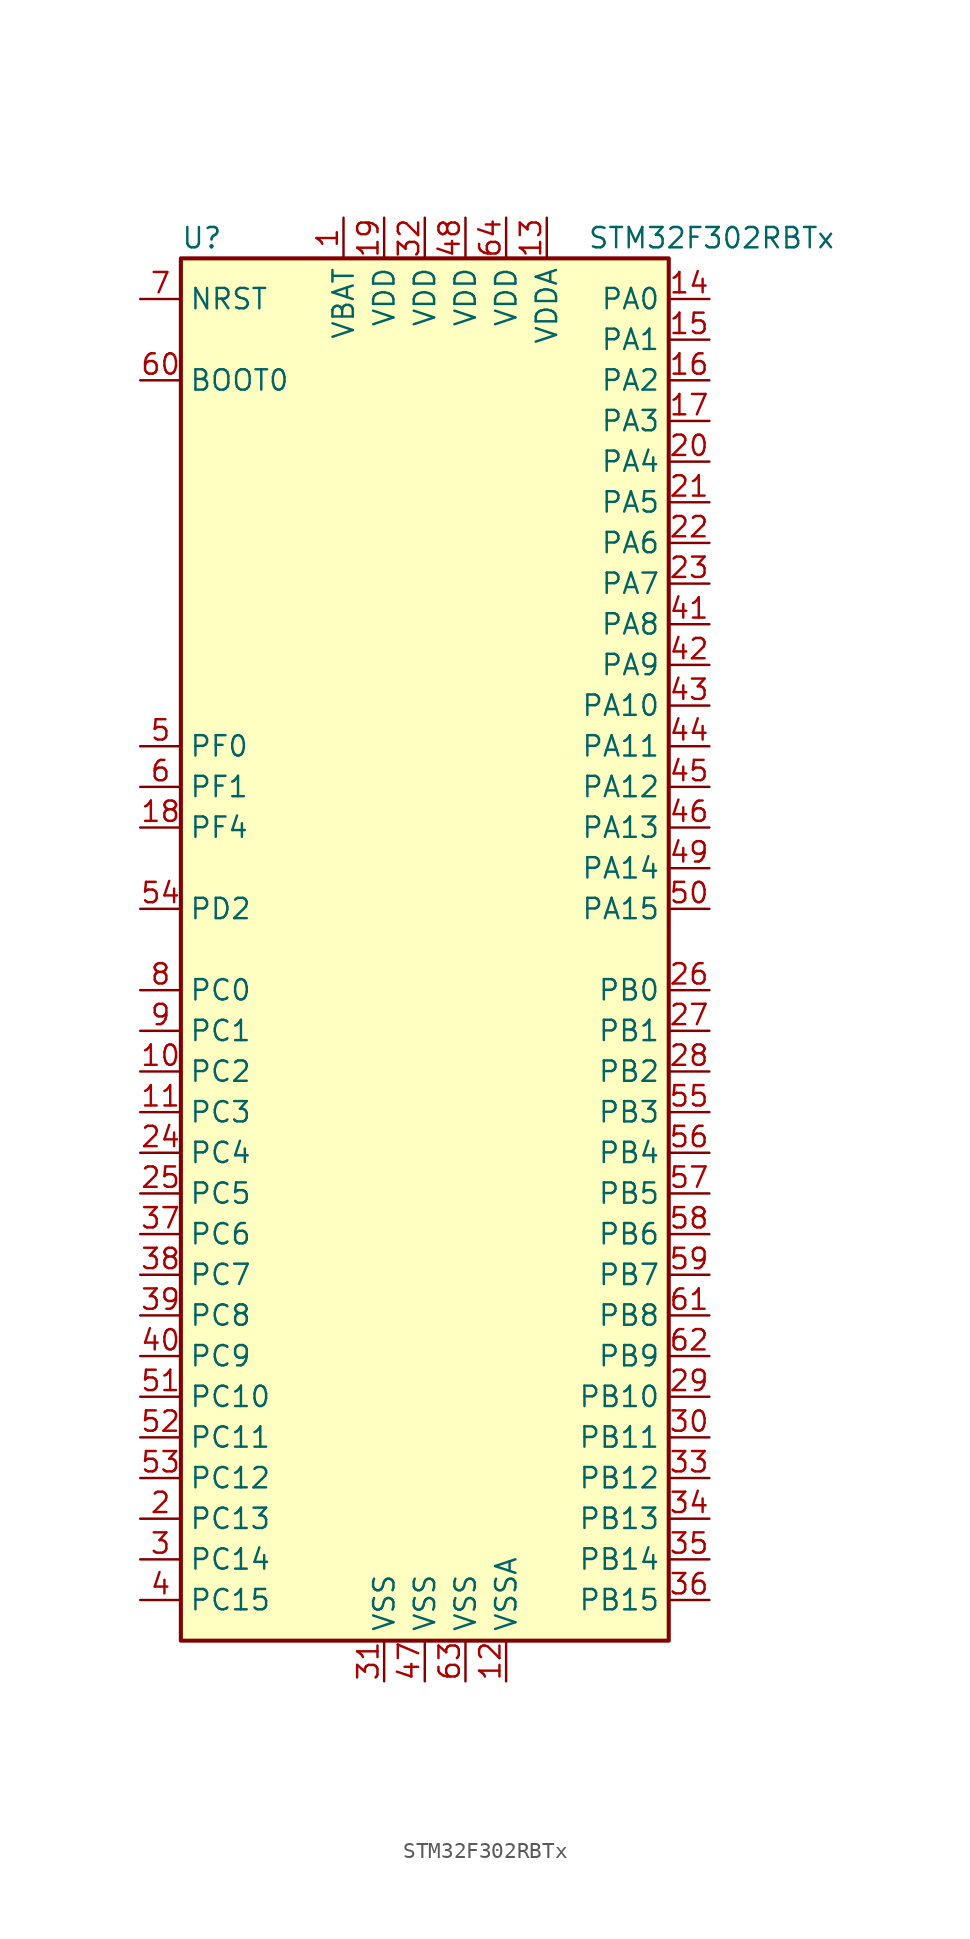
<source format=kicad_sym>
(kicad_symbol_lib
  (version 20201005)
  (generator kicad_symbol_editor)
  (symbol "STM32F302RBTx"
    (property "Reference" "U"
      (at -15.24 44.45 0)
      (effects (font (size 1.27 1.27)) (justify left)))
    (property "Value" "STM32F302RBTx"
      (at 10.16 44.45 0)
      (effects (font (size 1.27 1.27)) (justify left)))
    (symbol "STM32F302RBTx_0_1"
      (rectangle (start -15.24 -43.18) (end 15.24 43.18) (stroke (width 0.254)) (fill (type background))))
    (symbol "STM32F302RBTx_1_1"
      (pin input line (at -17.78 35.56 0) (length 2.54) (name "BOOT0" (effects (font (size 1.27 1.27)))) (number "60" (effects (font (size 1.27 1.27)))))
      (pin input line (at -17.78 40.64 0) (length 2.54) (name "NRST" (effects (font (size 1.27 1.27)))) (number "7" (effects (font (size 1.27 1.27)))))
      (pin bidirectional line (at 17.78 40.64 180) (length 2.54) (name "PA0" (effects (font (size 1.27 1.27)))) (number "14" (effects (font (size 1.27 1.27)))))
      (pin bidirectional line (at 17.78 38.1 180) (length 2.54) (name "PA1" (effects (font (size 1.27 1.27)))) (number "15" (effects (font (size 1.27 1.27)))))
      (pin bidirectional line (at 17.78 15.24 180) (length 2.54) (name "PA10" (effects (font (size 1.27 1.27)))) (number "43" (effects (font (size 1.27 1.27)))))
      (pin bidirectional line (at 17.78 12.7 180) (length 2.54) (name "PA11" (effects (font (size 1.27 1.27)))) (number "44" (effects (font (size 1.27 1.27)))))
      (pin bidirectional line (at 17.78 10.16 180) (length 2.54) (name "PA12" (effects (font (size 1.27 1.27)))) (number "45" (effects (font (size 1.27 1.27)))))
      (pin bidirectional line (at 17.78 7.62 180) (length 2.54) (name "PA13" (effects (font (size 1.27 1.27)))) (number "46" (effects (font (size 1.27 1.27)))))
      (pin bidirectional line (at 17.78 5.08 180) (length 2.54) (name "PA14" (effects (font (size 1.27 1.27)))) (number "49" (effects (font (size 1.27 1.27)))))
      (pin bidirectional line (at 17.78 2.54 180) (length 2.54) (name "PA15" (effects (font (size 1.27 1.27)))) (number "50" (effects (font (size 1.27 1.27)))))
      (pin bidirectional line (at 17.78 35.56 180) (length 2.54) (name "PA2" (effects (font (size 1.27 1.27)))) (number "16" (effects (font (size 1.27 1.27)))))
      (pin bidirectional line (at 17.78 33.02 180) (length 2.54) (name "PA3" (effects (font (size 1.27 1.27)))) (number "17" (effects (font (size 1.27 1.27)))))
      (pin bidirectional line (at 17.78 30.48 180) (length 2.54) (name "PA4" (effects (font (size 1.27 1.27)))) (number "20" (effects (font (size 1.27 1.27)))))
      (pin bidirectional line (at 17.78 27.94 180) (length 2.54) (name "PA5" (effects (font (size 1.27 1.27)))) (number "21" (effects (font (size 1.27 1.27)))))
      (pin bidirectional line (at 17.78 25.4 180) (length 2.54) (name "PA6" (effects (font (size 1.27 1.27)))) (number "22" (effects (font (size 1.27 1.27)))))
      (pin bidirectional line (at 17.78 22.86 180) (length 2.54) (name "PA7" (effects (font (size 1.27 1.27)))) (number "23" (effects (font (size 1.27 1.27)))))
      (pin bidirectional line (at 17.78 20.32 180) (length 2.54) (name "PA8" (effects (font (size 1.27 1.27)))) (number "41" (effects (font (size 1.27 1.27)))))
      (pin bidirectional line (at 17.78 17.78 180) (length 2.54) (name "PA9" (effects (font (size 1.27 1.27)))) (number "42" (effects (font (size 1.27 1.27)))))
      (pin bidirectional line (at 17.78 -2.54 180) (length 2.54) (name "PB0" (effects (font (size 1.27 1.27)))) (number "26" (effects (font (size 1.27 1.27)))))
      (pin bidirectional line (at 17.78 -5.08 180) (length 2.54) (name "PB1" (effects (font (size 1.27 1.27)))) (number "27" (effects (font (size 1.27 1.27)))))
      (pin bidirectional line (at 17.78 -27.94 180) (length 2.54) (name "PB10" (effects (font (size 1.27 1.27)))) (number "29" (effects (font (size 1.27 1.27)))))
      (pin bidirectional line (at 17.78 -30.48 180) (length 2.54) (name "PB11" (effects (font (size 1.27 1.27)))) (number "30" (effects (font (size 1.27 1.27)))))
      (pin bidirectional line (at 17.78 -33.02 180) (length 2.54) (name "PB12" (effects (font (size 1.27 1.27)))) (number "33" (effects (font (size 1.27 1.27)))))
      (pin bidirectional line (at 17.78 -35.56 180) (length 2.54) (name "PB13" (effects (font (size 1.27 1.27)))) (number "34" (effects (font (size 1.27 1.27)))))
      (pin bidirectional line (at 17.78 -38.1 180) (length 2.54) (name "PB14" (effects (font (size 1.27 1.27)))) (number "35" (effects (font (size 1.27 1.27)))))
      (pin bidirectional line (at 17.78 -40.64 180) (length 2.54) (name "PB15" (effects (font (size 1.27 1.27)))) (number "36" (effects (font (size 1.27 1.27)))))
      (pin bidirectional line (at 17.78 -7.62 180) (length 2.54) (name "PB2" (effects (font (size 1.27 1.27)))) (number "28" (effects (font (size 1.27 1.27)))))
      (pin bidirectional line (at 17.78 -10.16 180) (length 2.54) (name "PB3" (effects (font (size 1.27 1.27)))) (number "55" (effects (font (size 1.27 1.27)))))
      (pin bidirectional line (at 17.78 -12.7 180) (length 2.54) (name "PB4" (effects (font (size 1.27 1.27)))) (number "56" (effects (font (size 1.27 1.27)))))
      (pin bidirectional line (at 17.78 -15.24 180) (length 2.54) (name "PB5" (effects (font (size 1.27 1.27)))) (number "57" (effects (font (size 1.27 1.27)))))
      (pin bidirectional line (at 17.78 -17.78 180) (length 2.54) (name "PB6" (effects (font (size 1.27 1.27)))) (number "58" (effects (font (size 1.27 1.27)))))
      (pin bidirectional line (at 17.78 -20.32 180) (length 2.54) (name "PB7" (effects (font (size 1.27 1.27)))) (number "59" (effects (font (size 1.27 1.27)))))
      (pin bidirectional line (at 17.78 -22.86 180) (length 2.54) (name "PB8" (effects (font (size 1.27 1.27)))) (number "61" (effects (font (size 1.27 1.27)))))
      (pin bidirectional line (at 17.78 -25.4 180) (length 2.54) (name "PB9" (effects (font (size 1.27 1.27)))) (number "62" (effects (font (size 1.27 1.27)))))
      (pin bidirectional line (at -17.78 -2.54 0) (length 2.54) (name "PC0" (effects (font (size 1.27 1.27)))) (number "8" (effects (font (size 1.27 1.27)))))
      (pin bidirectional line (at -17.78 -5.08 0) (length 2.54) (name "PC1" (effects (font (size 1.27 1.27)))) (number "9" (effects (font (size 1.27 1.27)))))
      (pin bidirectional line (at -17.78 -27.94 0) (length 2.54) (name "PC10" (effects (font (size 1.27 1.27)))) (number "51" (effects (font (size 1.27 1.27)))))
      (pin bidirectional line (at -17.78 -30.48 0) (length 2.54) (name "PC11" (effects (font (size 1.27 1.27)))) (number "52" (effects (font (size 1.27 1.27)))))
      (pin bidirectional line (at -17.78 -33.02 0) (length 2.54) (name "PC12" (effects (font (size 1.27 1.27)))) (number "53" (effects (font (size 1.27 1.27)))))
      (pin bidirectional line (at -17.78 -35.56 0) (length 2.54) (name "PC13" (effects (font (size 1.27 1.27)))) (number "2" (effects (font (size 1.27 1.27)))))
      (pin bidirectional line (at -17.78 -38.1 0) (length 2.54) (name "PC14" (effects (font (size 1.27 1.27)))) (number "3" (effects (font (size 1.27 1.27)))))
      (pin bidirectional line (at -17.78 -40.64 0) (length 2.54) (name "PC15" (effects (font (size 1.27 1.27)))) (number "4" (effects (font (size 1.27 1.27)))))
      (pin bidirectional line (at -17.78 -7.62 0) (length 2.54) (name "PC2" (effects (font (size 1.27 1.27)))) (number "10" (effects (font (size 1.27 1.27)))))
      (pin bidirectional line (at -17.78 -10.16 0) (length 2.54) (name "PC3" (effects (font (size 1.27 1.27)))) (number "11" (effects (font (size 1.27 1.27)))))
      (pin bidirectional line (at -17.78 -12.7 0) (length 2.54) (name "PC4" (effects (font (size 1.27 1.27)))) (number "24" (effects (font (size 1.27 1.27)))))
      (pin bidirectional line (at -17.78 -15.24 0) (length 2.54) (name "PC5" (effects (font (size 1.27 1.27)))) (number "25" (effects (font (size 1.27 1.27)))))
      (pin bidirectional line (at -17.78 -17.78 0) (length 2.54) (name "PC6" (effects (font (size 1.27 1.27)))) (number "37" (effects (font (size 1.27 1.27)))))
      (pin bidirectional line (at -17.78 -20.32 0) (length 2.54) (name "PC7" (effects (font (size 1.27 1.27)))) (number "38" (effects (font (size 1.27 1.27)))))
      (pin bidirectional line (at -17.78 -22.86 0) (length 2.54) (name "PC8" (effects (font (size 1.27 1.27)))) (number "39" (effects (font (size 1.27 1.27)))))
      (pin bidirectional line (at -17.78 -25.4 0) (length 2.54) (name "PC9" (effects (font (size 1.27 1.27)))) (number "40" (effects (font (size 1.27 1.27)))))
      (pin bidirectional line (at -17.78 2.54 0) (length 2.54) (name "PD2" (effects (font (size 1.27 1.27)))) (number "54" (effects (font (size 1.27 1.27)))))
      (pin input line (at -17.78 12.7 0) (length 2.54) (name "PF0" (effects (font (size 1.27 1.27)))) (number "5" (effects (font (size 1.27 1.27)))))
      (pin input line (at -17.78 10.16 0) (length 2.54) (name "PF1" (effects (font (size 1.27 1.27)))) (number "6" (effects (font (size 1.27 1.27)))))
      (pin bidirectional line (at -17.78 7.62 0) (length 2.54) (name "PF4" (effects (font (size 1.27 1.27)))) (number "18" (effects (font (size 1.27 1.27)))))
      (pin power_in line (at -5.08 45.72 270) (length 2.54) (name "VBAT" (effects (font (size 1.27 1.27)))) (number "1" (effects (font (size 1.27 1.27)))))
      (pin power_in line (at -2.54 45.72 270) (length 2.54) (name "VDD" (effects (font (size 1.27 1.27)))) (number "19" (effects (font (size 1.27 1.27)))))
      (pin power_in line (at 0 45.72 270) (length 2.54) (name "VDD" (effects (font (size 1.27 1.27)))) (number "32" (effects (font (size 1.27 1.27)))))
      (pin power_in line (at 2.54 45.72 270) (length 2.54) (name "VDD" (effects (font (size 1.27 1.27)))) (number "48" (effects (font (size 1.27 1.27)))))
      (pin power_in line (at 5.08 45.72 270) (length 2.54) (name "VDD" (effects (font (size 1.27 1.27)))) (number "64" (effects (font (size 1.27 1.27)))))
      (pin power_in line (at 7.62 45.72 270) (length 2.54) (name "VDDA" (effects (font (size 1.27 1.27)))) (number "13" (effects (font (size 1.27 1.27)))))
      (pin power_in line (at -2.54 -45.72 90) (length 2.54) (name "VSS" (effects (font (size 1.27 1.27)))) (number "31" (effects (font (size 1.27 1.27)))))
      (pin power_in line (at 0 -45.72 90) (length 2.54) (name "VSS" (effects (font (size 1.27 1.27)))) (number "47" (effects (font (size 1.27 1.27)))))
      (pin power_in line (at 2.54 -45.72 90) (length 2.54) (name "VSS" (effects (font (size 1.27 1.27)))) (number "63" (effects (font (size 1.27 1.27)))))
      (pin power_in line (at 5.08 -45.72 90) (length 2.54) (name "VSSA" (effects (font (size 1.27 1.27)))) (number "12" (effects (font (size 1.27 1.27))))))))
</source>
